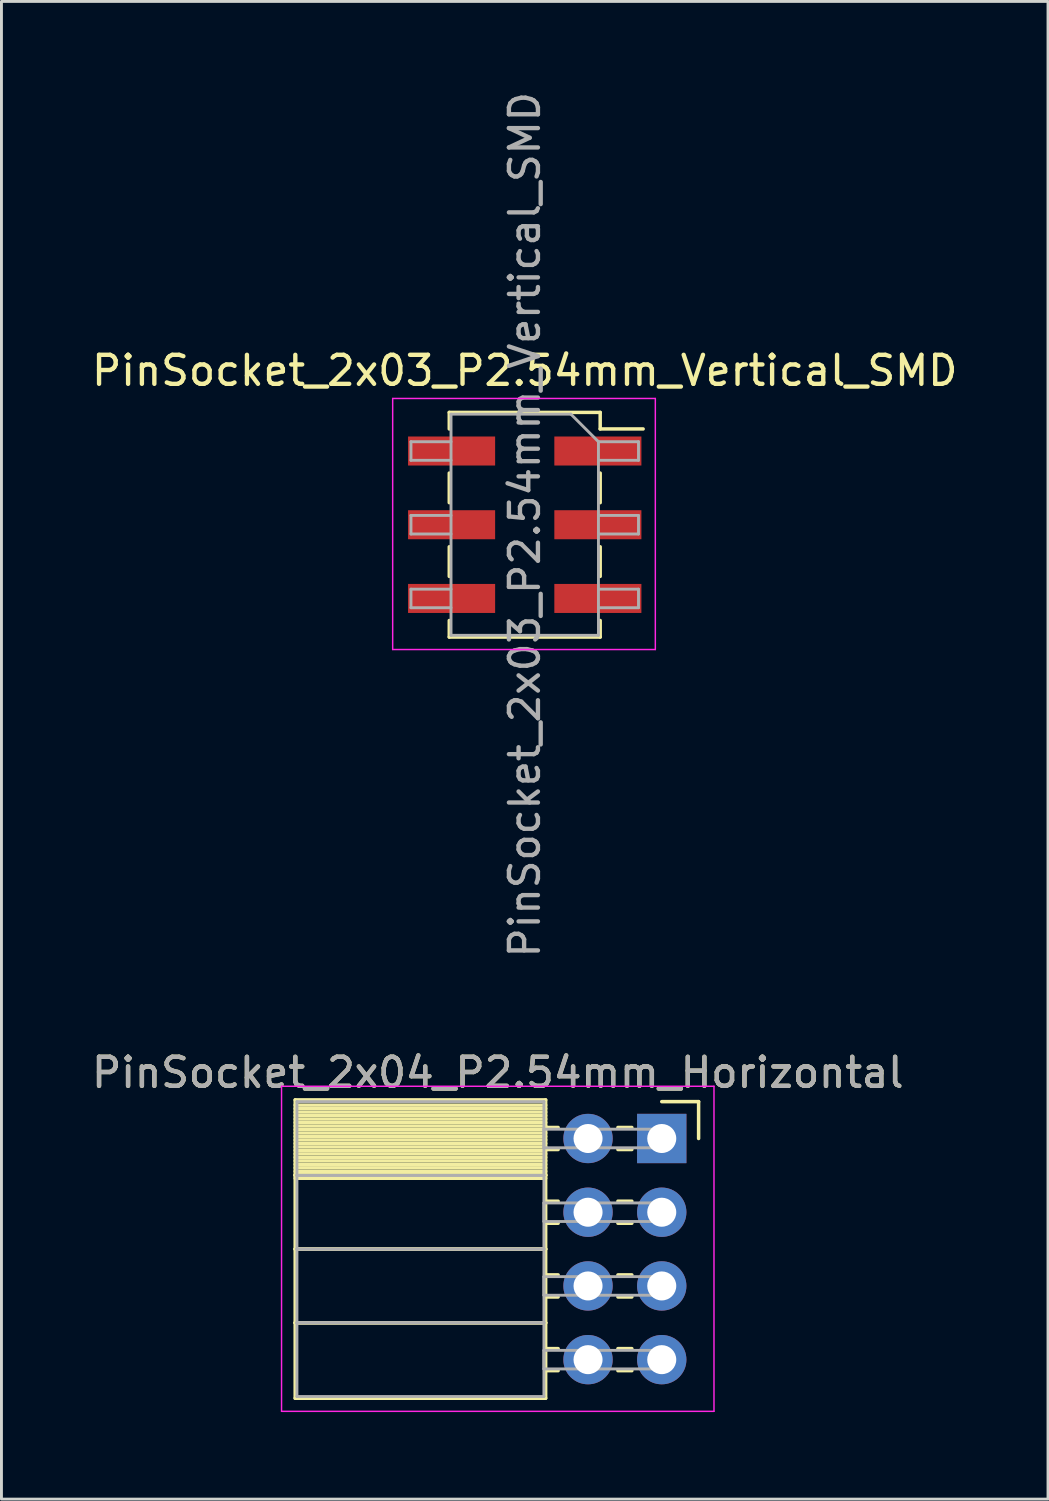
<source format=kicad_pcb>
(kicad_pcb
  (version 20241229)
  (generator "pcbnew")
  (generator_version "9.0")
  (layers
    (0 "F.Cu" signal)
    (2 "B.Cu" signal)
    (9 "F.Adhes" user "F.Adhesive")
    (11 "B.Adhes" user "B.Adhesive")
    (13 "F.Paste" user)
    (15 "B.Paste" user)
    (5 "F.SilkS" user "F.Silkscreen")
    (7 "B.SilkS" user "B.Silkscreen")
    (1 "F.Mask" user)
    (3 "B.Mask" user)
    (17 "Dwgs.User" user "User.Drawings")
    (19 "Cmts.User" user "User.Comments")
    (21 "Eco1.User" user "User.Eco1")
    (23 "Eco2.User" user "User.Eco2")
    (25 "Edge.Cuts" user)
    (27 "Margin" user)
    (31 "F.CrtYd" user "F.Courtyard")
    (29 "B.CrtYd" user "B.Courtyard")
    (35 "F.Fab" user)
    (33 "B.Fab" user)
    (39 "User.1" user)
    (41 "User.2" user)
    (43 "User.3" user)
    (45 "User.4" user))
  (footprint "PinSocket_2x04_P2.54mm_Horizontal"
    (layer "F.Cu")
    (at 19.751 36.178)
    (property "Reference" "PinSocket_2x04_P2.54mm_Horizontal" (at -5.65 -2.27 0) (layer "F.SilkS") (effects (font (size 1 1) (thickness 0.15))))
    (attr through_hole)
    (fp_line (start -12.63 -1.33) (end -4 -1.33) (stroke (width 0.12) (type solid)) (layer "F.SilkS"))
    (fp_line (start -12.63 1.27) (end -12.63 -1.33) (stroke (width 0.12) (type solid)) (layer "F.SilkS"))
    (fp_line (start -12.63 1.27) (end -4 1.27) (stroke (width 0.12) (type solid)) (layer "F.SilkS"))
    (fp_line (start -12.63 3.81) (end -12.63 1.27) (stroke (width 0.12) (type solid)) (layer "F.SilkS"))
    (fp_line (start -12.63 3.81) (end -4 3.81) (stroke (width 0.12) (type solid)) (layer "F.SilkS"))
    (fp_line (start -12.63 6.35) (end -12.63 3.81) (stroke (width 0.12) (type solid)) (layer "F.SilkS"))
    (fp_line (start -12.63 6.35) (end -4 6.35) (stroke (width 0.12) (type solid)) (layer "F.SilkS"))
    (fp_line (start -12.63 8.95) (end -12.63 6.35) (stroke (width 0.12) (type solid)) (layer "F.SilkS"))
    (fp_line (start -4 -1.33) (end -4 1.27) (stroke (width 0.12) (type solid)) (layer "F.SilkS"))
    (fp_line (start -4 -1.15) (end -12.63 -1.15) (stroke (width 0.12) (type solid)) (layer "F.SilkS"))
    (fp_line (start -4 -1.03) (end -12.63 -1.03) (stroke (width 0.12) (type solid)) (layer "F.SilkS"))
    (fp_line (start -4 -0.91) (end -12.63 -0.91) (stroke (width 0.12) (type solid)) (layer "F.SilkS"))
    (fp_line (start -4 -0.79) (end -12.63 -0.79) (stroke (width 0.12) (type solid)) (layer "F.SilkS"))
    (fp_line (start -4 -0.67) (end -12.63 -0.67) (stroke (width 0.12) (type solid)) (layer "F.SilkS"))
    (fp_line (start -4 -0.55) (end -12.63 -0.55) (stroke (width 0.12) (type solid)) (layer "F.SilkS"))
    (fp_line (start -4 -0.43) (end -12.63 -0.43) (stroke (width 0.12) (type solid)) (layer "F.SilkS"))
    (fp_line (start -4 -0.31) (end -12.63 -0.31) (stroke (width 0.12) (type solid)) (layer "F.SilkS"))
    (fp_line (start -4 -0.19) (end -12.63 -0.19) (stroke (width 0.12) (type solid)) (layer "F.SilkS"))
    (fp_line (start -4 -0.07) (end -12.63 -0.07) (stroke (width 0.12) (type solid)) (layer "F.SilkS"))
    (fp_line (start -4 0.05) (end -12.63 0.05) (stroke (width 0.12) (type solid)) (layer "F.SilkS"))
    (fp_line (start -4 0.17) (end -12.63 0.17) (stroke (width 0.12) (type solid)) (layer "F.SilkS"))
    (fp_line (start -4 0.29) (end -12.63 0.29) (stroke (width 0.12) (type solid)) (layer "F.SilkS"))
    (fp_line (start -4 0.41) (end -12.63 0.41) (stroke (width 0.12) (type solid)) (layer "F.SilkS"))
    (fp_line (start -4 0.53) (end -12.63 0.53) (stroke (width 0.12) (type solid)) (layer "F.SilkS"))
    (fp_line (start -4 0.65) (end -12.63 0.65) (stroke (width 0.12) (type solid)) (layer "F.SilkS"))
    (fp_line (start -4 0.77) (end -12.63 0.77) (stroke (width 0.12) (type solid)) (layer "F.SilkS"))
    (fp_line (start -4 0.89) (end -12.63 0.89) (stroke (width 0.12) (type solid)) (layer "F.SilkS"))
    (fp_line (start -4 1.01) (end -12.63 1.01) (stroke (width 0.12) (type solid)) (layer "F.SilkS"))
    (fp_line (start -4 1.13) (end -12.63 1.13) (stroke (width 0.12) (type solid)) (layer "F.SilkS"))
    (fp_line (start -4 1.25) (end -12.63 1.25) (stroke (width 0.12) (type solid)) (layer "F.SilkS"))
    (fp_line (start -4 1.27) (end -12.63 1.27) (stroke (width 0.12) (type solid)) (layer "F.SilkS"))
    (fp_line (start -4 1.27) (end -4 3.81) (stroke (width 0.12) (type solid)) (layer "F.SilkS"))
    (fp_line (start -4 1.37) (end -12.63 1.37) (stroke (width 0.12) (type solid)) (layer "F.SilkS"))
    (fp_line (start -4 3.81) (end -12.63 3.81) (stroke (width 0.12) (type solid)) (layer "F.SilkS"))
    (fp_line (start -4 3.81) (end -4 6.35) (stroke (width 0.12) (type solid)) (layer "F.SilkS"))
    (fp_line (start -4 6.35) (end -12.63 6.35) (stroke (width 0.12) (type solid)) (layer "F.SilkS"))
    (fp_line (start -4 6.35) (end -4 8.95) (stroke (width 0.12) (type solid)) (layer "F.SilkS"))
    (fp_line (start -4 8.95) (end -12.63 8.95) (stroke (width 0.12) (type solid)) (layer "F.SilkS"))
    (fp_line (start -3.57 -0.38) (end -4 -0.38) (stroke (width 0.12) (type solid)) (layer "F.SilkS"))
    (fp_line (start -3.57 0.38) (end -4 0.38) (stroke (width 0.12) (type solid)) (layer "F.SilkS"))
    (fp_line (start -3.57 2.16) (end -4 2.16) (stroke (width 0.12) (type solid)) (layer "F.SilkS"))
    (fp_line (start -3.57 2.92) (end -4 2.92) (stroke (width 0.12) (type solid)) (layer "F.SilkS"))
    (fp_line (start -3.57 4.7) (end -4 4.7) (stroke (width 0.12) (type solid)) (layer "F.SilkS"))
    (fp_line (start -3.57 5.46) (end -4 5.46) (stroke (width 0.12) (type solid)) (layer "F.SilkS"))
    (fp_line (start -3.57 7.24) (end -4 7.24) (stroke (width 0.12) (type solid)) (layer "F.SilkS"))
    (fp_line (start -3.57 8) (end -4 8) (stroke (width 0.12) (type solid)) (layer "F.SilkS"))
    (fp_line (start -1.03 -0.38) (end -1.51 -0.38) (stroke (width 0.12) (type solid)) (layer "F.SilkS"))
    (fp_line (start -1.03 0.38) (end -1.51 0.38) (stroke (width 0.12) (type solid)) (layer "F.SilkS"))
    (fp_line (start -1.03 2.16) (end -1.51 2.16) (stroke (width 0.12) (type solid)) (layer "F.SilkS"))
    (fp_line (start -1.03 2.92) (end -1.51 2.92) (stroke (width 0.12) (type solid)) (layer "F.SilkS"))
    (fp_line (start -1.03 4.7) (end -1.51 4.7) (stroke (width 0.12) (type solid)) (layer "F.SilkS"))
    (fp_line (start -1.03 5.46) (end -1.51 5.46) (stroke (width 0.12) (type solid)) (layer "F.SilkS"))
    (fp_line (start -1.03 7.24) (end -1.51 7.24) (stroke (width 0.12) (type solid)) (layer "F.SilkS"))
    (fp_line (start -1.03 8) (end -1.51 8) (stroke (width 0.12) (type solid)) (layer "F.SilkS"))
    (fp_line (start 0 -1.27) (end 1.27 -1.27) (stroke (width 0.12) (type solid)) (layer "F.SilkS"))
    (fp_line (start 1.27 -1.27) (end 1.27 0) (stroke (width 0.12) (type solid)) (layer "F.SilkS"))
    (fp_line (start -13.1 -1.8) (end 1.8 -1.8) (stroke (width 0.05) (type solid)) (layer "F.CrtYd"))
    (fp_line (start -13.1 9.4) (end -13.1 -1.8) (stroke (width 0.05) (type solid)) (layer "F.CrtYd"))
    (fp_line (start 1.8 -1.8) (end 1.8 9.4) (stroke (width 0.05) (type solid)) (layer "F.CrtYd"))
    (fp_line (start 1.8 9.4) (end -13.1 9.4) (stroke (width 0.05) (type solid)) (layer "F.CrtYd"))
    (fp_line (start -12.57 -1.27) (end -4.06 -1.27) (stroke (width 0.1) (type solid)) (layer "F.Fab"))
    (fp_line (start -12.57 1.27) (end -12.57 -1.27) (stroke (width 0.1) (type solid)) (layer "F.Fab"))
    (fp_line (start -12.57 1.27) (end -4.06 1.27) (stroke (width 0.1) (type solid)) (layer "F.Fab"))
    (fp_line (start -12.57 3.81) (end -12.57 1.27) (stroke (width 0.1) (type solid)) (layer "F.Fab"))
    (fp_line (start -12.57 3.81) (end -4.06 3.81) (stroke (width 0.1) (type solid)) (layer "F.Fab"))
    (fp_line (start -12.57 6.35) (end -12.57 3.81) (stroke (width 0.1) (type solid)) (layer "F.Fab"))
    (fp_line (start -12.57 6.35) (end -4.06 6.35) (stroke (width 0.1) (type solid)) (layer "F.Fab"))
    (fp_line (start -12.57 8.89) (end -12.57 6.35) (stroke (width 0.1) (type solid)) (layer "F.Fab"))
    (fp_line (start -4.06 -1.27) (end -4.06 1.27) (stroke (width 0.1) (type solid)) (layer "F.Fab"))
    (fp_line (start -4.06 -0.32) (end 0 -0.32) (stroke (width 0.1) (type solid)) (layer "F.Fab"))
    (fp_line (start -4.06 0.32) (end -4.06 -0.32) (stroke (width 0.1) (type solid)) (layer "F.Fab"))
    (fp_line (start -4.06 1.27) (end -12.57 1.27) (stroke (width 0.1) (type solid)) (layer "F.Fab"))
    (fp_line (start -4.06 1.27) (end -4.06 3.81) (stroke (width 0.1) (type solid)) (layer "F.Fab"))
    (fp_line (start -4.06 2.22) (end 0 2.22) (stroke (width 0.1) (type solid)) (layer "F.Fab"))
    (fp_line (start -4.06 2.86) (end -4.06 2.22) (stroke (width 0.1) (type solid)) (layer "F.Fab"))
    (fp_line (start -4.06 3.81) (end -12.57 3.81) (stroke (width 0.1) (type solid)) (layer "F.Fab"))
    (fp_line (start -4.06 3.81) (end -4.06 6.35) (stroke (width 0.1) (type solid)) (layer "F.Fab"))
    (fp_line (start -4.06 4.76) (end 0 4.76) (stroke (width 0.1) (type solid)) (layer "F.Fab"))
    (fp_line (start -4.06 5.4) (end -4.06 4.76) (stroke (width 0.1) (type solid)) (layer "F.Fab"))
    (fp_line (start -4.06 6.35) (end -12.57 6.35) (stroke (width 0.1) (type solid)) (layer "F.Fab"))
    (fp_line (start -4.06 6.35) (end -4.06 8.89) (stroke (width 0.1) (type solid)) (layer "F.Fab"))
    (fp_line (start -4.06 7.3) (end 0 7.3) (stroke (width 0.1) (type solid)) (layer "F.Fab"))
    (fp_line (start -4.06 7.94) (end -4.06 7.3) (stroke (width 0.1) (type solid)) (layer "F.Fab"))
    (fp_line (start -4.06 8.89) (end -12.57 8.89) (stroke (width 0.1) (type solid)) (layer "F.Fab"))
    (fp_line (start 0 -0.32) (end 0 0.32) (stroke (width 0.1) (type solid)) (layer "F.Fab"))
    (fp_line (start 0 0.32) (end -4.06 0.32) (stroke (width 0.1) (type solid)) (layer "F.Fab"))
    (fp_line (start 0 2.22) (end 0 2.86) (stroke (width 0.1) (type solid)) (layer "F.Fab"))
    (fp_line (start 0 2.86) (end -4.06 2.86) (stroke (width 0.1) (type solid)) (layer "F.Fab"))
    (fp_line (start 0 4.76) (end 0 5.4) (stroke (width 0.1) (type solid)) (layer "F.Fab"))
    (fp_line (start 0 5.4) (end -4.06 5.4) (stroke (width 0.1) (type solid)) (layer "F.Fab"))
    (fp_line (start 0 7.3) (end 0 7.94) (stroke (width 0.1) (type solid)) (layer "F.Fab"))
    (fp_line (start 0 7.94) (end -4.06 7.94) (stroke (width 0.1) (type solid)) (layer "F.Fab"))
    (fp_text user "${REFERENCE}" (at -5.65 -2.27 0) (layer "F.Fab") (effects (font (size 1 1) (thickness 0.15))))
    (pad "1" thru_hole rect (at 0 0) (size 1.7 1.7) (drill 1) (layers "*.Cu" "*.Mask"))
    (pad "2" thru_hole oval (at -2.54 0) (size 1.7 1.7) (drill 1) (layers "*.Cu" "*.Mask"))
    (pad "3" thru_hole oval (at 0 2.54) (size 1.7 1.7) (drill 1) (layers "*.Cu" "*.Mask"))
    (pad "4" thru_hole oval (at -2.54 2.54) (size 1.7 1.7) (drill 1) (layers "*.Cu" "*.Mask"))
    (pad "5" thru_hole oval (at 0 5.08) (size 1.7 1.7) (drill 1) (layers "*.Cu" "*.Mask"))
    (pad "6" thru_hole oval (at -2.54 5.08) (size 1.7 1.7) (drill 1) (layers "*.Cu" "*.Mask"))
    (pad "7" thru_hole oval (at 0 7.62) (size 1.7 1.7) (drill 1) (layers "*.Cu" "*.Mask"))
    (pad "8" thru_hole oval (at -2.54 7.62) (size 1.7 1.7) (drill 1) (layers "*.Cu" "*.Mask")))
  (footprint "PinSocket_2x03_P2.54mm_Vertical_SMD"
    (layer "F.Cu")
    (at 15.03 15.03)
    (property "Reference" "PinSocket_2x03_P2.54mm_Vertical_SMD" (at 0 -5.31 0) (layer "F.SilkS") (effects (font (size 1 1) (thickness 0.15))))
    (attr smd)
    (fp_line (start -2.6 -3.87) (end 2.6 -3.87) (stroke (width 0.12) (type solid)) (layer "F.SilkS"))
    (fp_line (start -2.6 -3.3) (end -2.6 -3.87) (stroke (width 0.12) (type solid)) (layer "F.SilkS"))
    (fp_line (start -2.6 -1.78) (end -2.6 -0.76) (stroke (width 0.12) (type solid)) (layer "F.SilkS"))
    (fp_line (start -2.6 0.76) (end -2.6 1.78) (stroke (width 0.12) (type solid)) (layer "F.SilkS"))
    (fp_line (start -2.6 3.87) (end -2.6 3.3) (stroke (width 0.12) (type solid)) (layer "F.SilkS"))
    (fp_line (start 2.6 -3.87) (end 2.6 -3.3) (stroke (width 0.12) (type solid)) (layer "F.SilkS"))
    (fp_line (start 2.6 -3.3) (end 4.08 -3.3) (stroke (width 0.12) (type solid)) (layer "F.SilkS"))
    (fp_line (start 2.6 -0.76) (end 2.6 -1.78) (stroke (width 0.12) (type solid)) (layer "F.SilkS"))
    (fp_line (start 2.6 1.78) (end 2.6 0.76) (stroke (width 0.12) (type solid)) (layer "F.SilkS"))
    (fp_line (start 2.6 3.3) (end 2.6 3.87) (stroke (width 0.12) (type solid)) (layer "F.SilkS"))
    (fp_line (start 2.6 3.87) (end -2.6 3.87) (stroke (width 0.12) (type solid)) (layer "F.SilkS"))
    (fp_line (start -4.55 -4.35) (end 4.5 -4.35) (stroke (width 0.05) (type solid)) (layer "F.CrtYd"))
    (fp_line (start -4.55 4.3) (end -4.55 -4.35) (stroke (width 0.05) (type solid)) (layer "F.CrtYd"))
    (fp_line (start 4.5 -4.35) (end 4.5 4.3) (stroke (width 0.05) (type solid)) (layer "F.CrtYd"))
    (fp_line (start 4.5 4.3) (end -4.55 4.3) (stroke (width 0.05) (type solid)) (layer "F.CrtYd"))
    (fp_line (start -3.92 -2.86) (end -2.54 -2.86) (stroke (width 0.1) (type solid)) (layer "F.Fab"))
    (fp_line (start -3.92 -2.22) (end -3.92 -2.86) (stroke (width 0.1) (type solid)) (layer "F.Fab"))
    (fp_line (start -3.92 -0.32) (end -2.54 -0.32) (stroke (width 0.1) (type solid)) (layer "F.Fab"))
    (fp_line (start -3.92 0.32) (end -3.92 -0.32) (stroke (width 0.1) (type solid)) (layer "F.Fab"))
    (fp_line (start -3.92 2.22) (end -2.54 2.22) (stroke (width 0.1) (type solid)) (layer "F.Fab"))
    (fp_line (start -3.92 2.86) (end -3.92 2.22) (stroke (width 0.1) (type solid)) (layer "F.Fab"))
    (fp_line (start -2.54 -3.81) (end 1.59 -3.81) (stroke (width 0.1) (type solid)) (layer "F.Fab"))
    (fp_line (start -2.54 -2.22) (end -3.92 -2.22) (stroke (width 0.1) (type solid)) (layer "F.Fab"))
    (fp_line (start -2.54 0.32) (end -3.92 0.32) (stroke (width 0.1) (type solid)) (layer "F.Fab"))
    (fp_line (start -2.54 2.86) (end -3.92 2.86) (stroke (width 0.1) (type solid)) (layer "F.Fab"))
    (fp_line (start -2.54 3.81) (end -2.54 -3.81) (stroke (width 0.1) (type solid)) (layer "F.Fab"))
    (fp_line (start 1.59 -3.81) (end 2.54 -2.86) (stroke (width 0.1) (type solid)) (layer "F.Fab"))
    (fp_line (start 2.54 -2.86) (end 2.54 3.81) (stroke (width 0.1) (type solid)) (layer "F.Fab"))
    (fp_line (start 2.54 -2.86) (end 3.92 -2.86) (stroke (width 0.1) (type solid)) (layer "F.Fab"))
    (fp_line (start 2.54 -0.32) (end 3.92 -0.32) (stroke (width 0.1) (type solid)) (layer "F.Fab"))
    (fp_line (start 2.54 2.22) (end 3.92 2.22) (stroke (width 0.1) (type solid)) (layer "F.Fab"))
    (fp_line (start 2.54 3.81) (end -2.54 3.81) (stroke (width 0.1) (type solid)) (layer "F.Fab"))
    (fp_line (start 3.92 -2.86) (end 3.92 -2.22) (stroke (width 0.1) (type solid)) (layer "F.Fab"))
    (fp_line (start 3.92 -2.22) (end 2.54 -2.22) (stroke (width 0.1) (type solid)) (layer "F.Fab"))
    (fp_line (start 3.92 -0.32) (end 3.92 0.32) (stroke (width 0.1) (type solid)) (layer "F.Fab"))
    (fp_line (start 3.92 0.32) (end 2.54 0.32) (stroke (width 0.1) (type solid)) (layer "F.Fab"))
    (fp_line (start 3.92 2.22) (end 3.92 2.86) (stroke (width 0.1) (type solid)) (layer "F.Fab"))
    (fp_line (start 3.92 2.86) (end 2.54 2.86) (stroke (width 0.1) (type solid)) (layer "F.Fab"))
    (fp_text user "${REFERENCE}" (at 0 0 90) (layer "F.Fab") (effects (font (size 1 1) (thickness 0.15))))
    (pad "1" smd rect (at 2.52 -2.54) (size 3 1) (layers "F.Cu" "F.Mask" "F.Paste"))
    (pad "2" smd rect (at -2.52 -2.54) (size 3 1) (layers "F.Cu" "F.Mask" "F.Paste"))
    (pad "3" smd rect (at 2.52 0) (size 3 1) (layers "F.Cu" "F.Mask" "F.Paste"))
    (pad "4" smd rect (at -2.52 0) (size 3 1) (layers "F.Cu" "F.Mask" "F.Paste"))
    (pad "5" smd rect (at 2.52 2.54) (size 3 1) (layers "F.Cu" "F.Mask" "F.Paste"))
    (pad "6" smd rect (at -2.52 2.54) (size 3 1) (layers "F.Cu" "F.Mask" "F.Paste")))
  (gr_rect
    (start -3 -3)
    (end 33.06 48.603)
    (stroke (width 0.1) (type default))
    (fill no)
    (layer "Edge.Cuts")))
</source>
